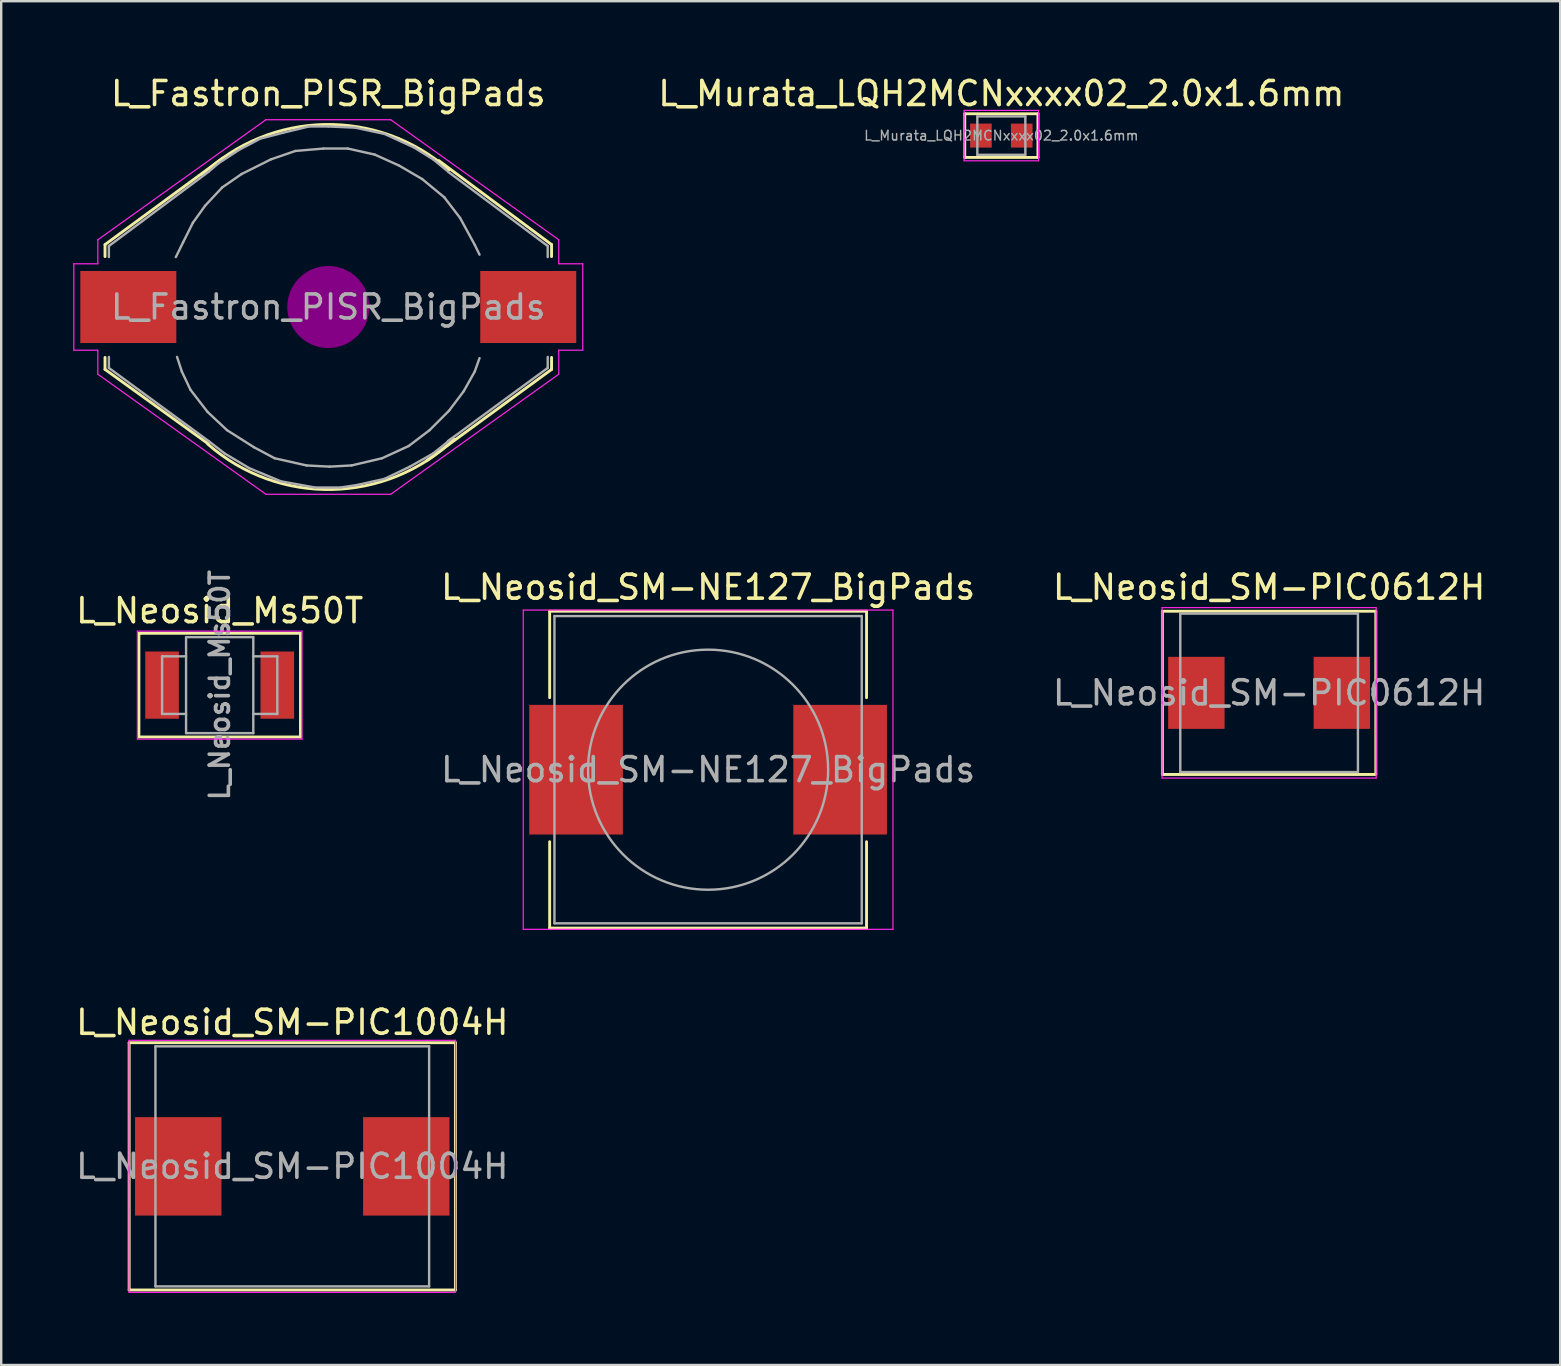
<source format=kicad_pcb>
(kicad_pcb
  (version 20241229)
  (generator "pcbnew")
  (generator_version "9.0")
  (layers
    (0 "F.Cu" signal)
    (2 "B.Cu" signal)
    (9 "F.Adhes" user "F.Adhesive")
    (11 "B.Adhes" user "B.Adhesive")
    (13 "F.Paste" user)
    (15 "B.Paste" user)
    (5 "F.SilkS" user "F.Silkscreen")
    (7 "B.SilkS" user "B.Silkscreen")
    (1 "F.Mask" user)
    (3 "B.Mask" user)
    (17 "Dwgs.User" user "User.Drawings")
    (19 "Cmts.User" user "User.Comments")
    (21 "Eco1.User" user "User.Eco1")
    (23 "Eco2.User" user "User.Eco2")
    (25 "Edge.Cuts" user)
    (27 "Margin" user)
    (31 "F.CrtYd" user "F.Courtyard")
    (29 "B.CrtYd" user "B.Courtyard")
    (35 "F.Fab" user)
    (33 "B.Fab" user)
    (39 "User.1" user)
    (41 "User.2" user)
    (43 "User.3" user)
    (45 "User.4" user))
  (footprint "L_Murata_LQH2MCNxxxx02_2.0x1.6mm"
    (layer "F.Cu")
    (at 38.661 2.598)
    (property "Reference" "L_Murata_LQH2MCNxxxx02_2.0x1.6mm" (at 0 -1.75 0) (layer "F.SilkS") (effects (font (size 1 1) (thickness 0.15))))
    (attr smd)
    (fp_line (start -1.524 -0.91) (end -1.524 0.91) (stroke (width 0.12) (type solid)) (layer "F.SilkS"))
    (fp_line (start -1.524 -0.91) (end 1.524 -0.91) (stroke (width 0.12) (type solid)) (layer "F.SilkS"))
    (fp_line (start 1.524 -0.91) (end 1.524 0.91) (stroke (width 0.12) (type solid)) (layer "F.SilkS"))
    (fp_line (start 1.524 0.91) (end -1.524 0.91) (stroke (width 0.12) (type solid)) (layer "F.SilkS"))
    (fp_line (start -1.55 -1.05) (end 1.55 -1.05) (stroke (width 0.05) (type solid)) (layer "F.CrtYd"))
    (fp_line (start -1.55 1.05) (end -1.55 -1.05) (stroke (width 0.05) (type solid)) (layer "F.CrtYd"))
    (fp_line (start 1.55 -1.05) (end 1.55 1.05) (stroke (width 0.05) (type solid)) (layer "F.CrtYd"))
    (fp_line (start 1.55 1.05) (end -1.55 1.05) (stroke (width 0.05) (type solid)) (layer "F.CrtYd"))
    (fp_line (start -1 -0.8) (end 1 -0.8) (stroke (width 0.1) (type solid)) (layer "F.Fab"))
    (fp_line (start -1 0.8) (end -1 -0.8) (stroke (width 0.1) (type solid)) (layer "F.Fab"))
    (fp_line (start 1 -0.8) (end 1 0.8) (stroke (width 0.1) (type solid)) (layer "F.Fab"))
    (fp_line (start 1 0.8) (end -1 0.8) (stroke (width 0.1) (type solid)) (layer "F.Fab"))
    (fp_text user "${REFERENCE}" (at 0 0 0) (layer "F.Fab") (effects (font (size 0.4 0.4) (thickness 0.06))))
    (pad "1" smd rect (at -0.85 0) (size 0.9 1) (layers "F.Cu" "F.Mask" "F.Paste"))
    (pad "2" smd rect (at 0.85 0) (size 0.9 1) (layers "F.Cu" "F.Mask" "F.Paste")))
  (footprint "L_Fastron_PISR_BigPads"
    (layer "F.Cu")
    (at 10.625 9.738)
    (property "Reference" "L_Fastron_PISR_BigPads" (at 0 -8.89 0) (layer "F.SilkS") (effects (font (size 1 1) (thickness 0.15))))
    (attr smd)
    (fp_line (start -9.3 -2.6) (end -9.3 -2.1) (stroke (width 0.12) (type solid)) (layer "F.SilkS"))
    (fp_line (start -9.3 -2.6) (end -4.4 -6.2) (stroke (width 0.12) (type solid)) (layer "F.SilkS"))
    (fp_line (start -9.3 2.6) (end -9.3 2.1) (stroke (width 0.12) (type solid)) (layer "F.SilkS"))
    (fp_line (start -5 5.7) (end -9.3 2.6) (stroke (width 0.12) (type solid)) (layer "F.SilkS"))
    (fp_line (start 4.1 6.4) (end 9.3 2.6) (stroke (width 0.12) (type solid)) (layer "F.SilkS"))
    (fp_line (start 4.6 -6.1) (end 9.3 -2.6) (stroke (width 0.12) (type solid)) (layer "F.SilkS"))
    (fp_line (start 9.3 -2.6) (end 9.3 -2.1) (stroke (width 0.12) (type solid)) (layer "F.SilkS"))
    (fp_line (start 9.3 2.6) (end 9.3 2.1) (stroke (width 0.12) (type solid)) (layer "F.SilkS"))
    (fp_arc (start -5.25 -5.5) (mid -0.15496 -7.601874) (end 5.021503 -5.709379) (stroke (width 0.12) (type solid)) (layer "F.SilkS"))
    (fp_arc (start 5.25 5.5) (mid 0.15496 7.601874) (end -5.021503 5.709379) (stroke (width 0.12) (type solid)) (layer "F.SilkS"))
    (fp_line (start 0 -0.25) (end 0 0.25) (stroke (width 0.38) (type solid)) (layer "F.Adhes"))
    (fp_circle (center 0 0) (end 0 0.25) (stroke (width 0.38) (type solid)) (fill no) (layer "F.Adhes"))
    (fp_circle (center 0 0) (end 0 0.51) (stroke (width 0.38) (type solid)) (fill no) (layer "F.Adhes"))
    (fp_circle (center 0 0) (end 0 0.76) (stroke (width 0.38) (type solid)) (fill no) (layer "F.Adhes"))
    (fp_circle (center 0 0) (end 0 1.02) (stroke (width 0.38) (type solid)) (fill no) (layer "F.Adhes"))
    (fp_circle (center 0 0) (end 0 1.27) (stroke (width 0.38) (type solid)) (fill no) (layer "F.Adhes"))
    (fp_circle (center 0 0) (end 0 1.52) (stroke (width 0.38) (type solid)) (fill no) (layer "F.Adhes"))
    (fp_line (start -10.6 -1.8) (end -9.6 -1.8) (stroke (width 0.05) (type solid)) (layer "F.CrtYd"))
    (fp_line (start -10.6 1.8) (end -10.6 -1.8) (stroke (width 0.05) (type solid)) (layer "F.CrtYd"))
    (fp_line (start -9.6 -2.8) (end -2.6 -7.8) (stroke (width 0.05) (type solid)) (layer "F.CrtYd"))
    (fp_line (start -9.6 -1.8) (end -9.6 -2.8) (stroke (width 0.05) (type solid)) (layer "F.CrtYd"))
    (fp_line (start -9.6 1.8) (end -10.6 1.8) (stroke (width 0.05) (type solid)) (layer "F.CrtYd"))
    (fp_line (start -9.6 2.8) (end -9.6 1.8) (stroke (width 0.05) (type solid)) (layer "F.CrtYd"))
    (fp_line (start -2.6 -7.8) (end 2.6 -7.8) (stroke (width 0.05) (type solid)) (layer "F.CrtYd"))
    (fp_line (start -2.6 7.8) (end -9.6 2.8) (stroke (width 0.05) (type solid)) (layer "F.CrtYd"))
    (fp_line (start 2.6 -7.8) (end 9.6 -2.8) (stroke (width 0.05) (type solid)) (layer "F.CrtYd"))
    (fp_line (start 2.6 7.8) (end -2.6 7.8) (stroke (width 0.05) (type solid)) (layer "F.CrtYd"))
    (fp_line (start 9.6 -2.8) (end 9.6 -1.8) (stroke (width 0.05) (type solid)) (layer "F.CrtYd"))
    (fp_line (start 9.6 -1.8) (end 10.6 -1.8) (stroke (width 0.05) (type solid)) (layer "F.CrtYd"))
    (fp_line (start 9.6 1.8) (end 9.6 2.8) (stroke (width 0.05) (type solid)) (layer "F.CrtYd"))
    (fp_line (start 9.6 2.8) (end 2.6 7.8) (stroke (width 0.05) (type solid)) (layer "F.CrtYd"))
    (fp_line (start 10.6 -1.8) (end 10.6 1.8) (stroke (width 0.05) (type solid)) (layer "F.CrtYd"))
    (fp_line (start 10.6 1.8) (end 9.6 1.8) (stroke (width 0.05) (type solid)) (layer "F.CrtYd"))
    (fp_line (start -9.14 -2.54) (end -4.98 -5.64) (stroke (width 0.1) (type solid)) (layer "F.Fab"))
    (fp_line (start -9.14 -2.08) (end -9.14 -2.54) (stroke (width 0.1) (type solid)) (layer "F.Fab"))
    (fp_line (start -9.14 2.08) (end -9.14 2.54) (stroke (width 0.1) (type solid)) (layer "F.Fab"))
    (fp_line (start -9.14 2.54) (end -4.98 5.59) (stroke (width 0.1) (type solid)) (layer "F.Fab"))
    (fp_line (start -6.35 -2.08) (end -6.05 -2.69) (stroke (width 0.1) (type solid)) (layer "F.Fab"))
    (fp_line (start -6.3 2.08) (end -6.1 2.69) (stroke (width 0.1) (type solid)) (layer "F.Fab"))
    (fp_line (start -6.1 2.69) (end -5.74 3.45) (stroke (width 0.1) (type solid)) (layer "F.Fab"))
    (fp_line (start -6.05 -2.69) (end -5.64 -3.51) (stroke (width 0.1) (type solid)) (layer "F.Fab"))
    (fp_line (start -5.74 3.45) (end -5.03 4.37) (stroke (width 0.1) (type solid)) (layer "F.Fab"))
    (fp_line (start -5.64 -3.51) (end -5.13 -4.22) (stroke (width 0.1) (type solid)) (layer "F.Fab"))
    (fp_line (start -5.13 -4.22) (end -4.42 -4.98) (stroke (width 0.1) (type solid)) (layer "F.Fab"))
    (fp_line (start -5.03 4.37) (end -4.22 5.13) (stroke (width 0.1) (type solid)) (layer "F.Fab"))
    (fp_line (start -4.98 -5.64) (end -4.57 -5.99) (stroke (width 0.1) (type solid)) (layer "F.Fab"))
    (fp_line (start -4.98 5.59) (end -4.32 6.1) (stroke (width 0.1) (type solid)) (layer "F.Fab"))
    (fp_line (start -4.57 -5.99) (end -3.71 -6.55) (stroke (width 0.1) (type solid)) (layer "F.Fab"))
    (fp_line (start -4.42 -4.98) (end -3.61 -5.54) (stroke (width 0.1) (type solid)) (layer "F.Fab"))
    (fp_line (start -4.32 6.1) (end -3.3 6.71) (stroke (width 0.1) (type solid)) (layer "F.Fab"))
    (fp_line (start -4.22 5.13) (end -3.1 5.84) (stroke (width 0.1) (type solid)) (layer "F.Fab"))
    (fp_line (start -3.71 -6.55) (end -2.84 -7.01) (stroke (width 0.1) (type solid)) (layer "F.Fab"))
    (fp_line (start -3.61 -5.54) (end -2.39 -6.15) (stroke (width 0.1) (type solid)) (layer "F.Fab"))
    (fp_line (start -3.3 6.71) (end -1.98 7.26) (stroke (width 0.1) (type solid)) (layer "F.Fab"))
    (fp_line (start -3.1 5.84) (end -2.24 6.3) (stroke (width 0.1) (type solid)) (layer "F.Fab"))
    (fp_line (start -2.84 -7.01) (end -1.88 -7.26) (stroke (width 0.1) (type solid)) (layer "F.Fab"))
    (fp_line (start -2.39 -6.15) (end -1.37 -6.5) (stroke (width 0.1) (type solid)) (layer "F.Fab"))
    (fp_line (start -2.24 6.3) (end -0.91 6.6) (stroke (width 0.1) (type solid)) (layer "F.Fab"))
    (fp_line (start -1.98 7.26) (end -0.56 7.52) (stroke (width 0.1) (type solid)) (layer "F.Fab"))
    (fp_line (start -1.88 -7.26) (end -0.81 -7.52) (stroke (width 0.1) (type solid)) (layer "F.Fab"))
    (fp_line (start -1.37 -6.5) (end -0.2 -6.6) (stroke (width 0.1) (type solid)) (layer "F.Fab"))
    (fp_line (start -0.91 6.6) (end 0.05 6.65) (stroke (width 0.1) (type solid)) (layer "F.Fab"))
    (fp_line (start -0.81 -7.52) (end 0 -7.52) (stroke (width 0.1) (type solid)) (layer "F.Fab"))
    (fp_line (start -0.56 7.52) (end 0.51 7.52) (stroke (width 0.1) (type solid)) (layer "F.Fab"))
    (fp_line (start -0.2 -6.6) (end 0.81 -6.6) (stroke (width 0.1) (type solid)) (layer "F.Fab"))
    (fp_line (start 0 -7.52) (end 1.12 -7.47) (stroke (width 0.1) (type solid)) (layer "F.Fab"))
    (fp_line (start 0.05 6.65) (end 0.97 6.6) (stroke (width 0.1) (type solid)) (layer "F.Fab"))
    (fp_line (start 0.51 7.52) (end 1.17 7.42) (stroke (width 0.1) (type solid)) (layer "F.Fab"))
    (fp_line (start 0.81 -6.6) (end 1.93 -6.35) (stroke (width 0.1) (type solid)) (layer "F.Fab"))
    (fp_line (start 0.97 6.6) (end 2.24 6.3) (stroke (width 0.1) (type solid)) (layer "F.Fab"))
    (fp_line (start 1.12 -7.47) (end 2.34 -7.21) (stroke (width 0.1) (type solid)) (layer "F.Fab"))
    (fp_line (start 1.17 7.42) (end 2.34 7.16) (stroke (width 0.1) (type solid)) (layer "F.Fab"))
    (fp_line (start 1.93 -6.35) (end 2.95 -5.89) (stroke (width 0.1) (type solid)) (layer "F.Fab"))
    (fp_line (start 2.24 6.3) (end 3.35 5.79) (stroke (width 0.1) (type solid)) (layer "F.Fab"))
    (fp_line (start 2.34 -7.21) (end 3.56 -6.65) (stroke (width 0.1) (type solid)) (layer "F.Fab"))
    (fp_line (start 2.34 7.16) (end 3.4 6.65) (stroke (width 0.1) (type solid)) (layer "F.Fab"))
    (fp_line (start 2.95 -5.89) (end 3.91 -5.33) (stroke (width 0.1) (type solid)) (layer "F.Fab"))
    (fp_line (start 3.35 5.79) (end 4.22 5.13) (stroke (width 0.1) (type solid)) (layer "F.Fab"))
    (fp_line (start 3.4 6.65) (end 4.37 6.1) (stroke (width 0.1) (type solid)) (layer "F.Fab"))
    (fp_line (start 3.56 -6.65) (end 4.37 -6.15) (stroke (width 0.1) (type solid)) (layer "F.Fab"))
    (fp_line (start 3.91 -5.33) (end 4.83 -4.57) (stroke (width 0.1) (type solid)) (layer "F.Fab"))
    (fp_line (start 4.22 5.13) (end 5.03 4.32) (stroke (width 0.1) (type solid)) (layer "F.Fab"))
    (fp_line (start 4.37 -6.15) (end 4.93 -5.69) (stroke (width 0.1) (type solid)) (layer "F.Fab"))
    (fp_line (start 4.37 6.1) (end 5.13 5.49) (stroke (width 0.1) (type solid)) (layer "F.Fab"))
    (fp_line (start 4.83 -4.57) (end 5.49 -3.71) (stroke (width 0.1) (type solid)) (layer "F.Fab"))
    (fp_line (start 5.03 4.32) (end 5.64 3.51) (stroke (width 0.1) (type solid)) (layer "F.Fab"))
    (fp_line (start 5.49 -3.71) (end 6.1 -2.59) (stroke (width 0.1) (type solid)) (layer "F.Fab"))
    (fp_line (start 5.64 3.51) (end 6.1 2.69) (stroke (width 0.1) (type solid)) (layer "F.Fab"))
    (fp_line (start 6.1 -2.59) (end 6.3 -2.18) (stroke (width 0.1) (type solid)) (layer "F.Fab"))
    (fp_line (start 6.1 2.69) (end 6.3 2.13) (stroke (width 0.1) (type solid)) (layer "F.Fab"))
    (fp_line (start 9.14 -2.54) (end 4.98 -5.64) (stroke (width 0.1) (type solid)) (layer "F.Fab"))
    (fp_line (start 9.14 -2.08) (end 9.14 -2.54) (stroke (width 0.1) (type solid)) (layer "F.Fab"))
    (fp_line (start 9.14 2.08) (end 9.14 2.54) (stroke (width 0.1) (type solid)) (layer "F.Fab"))
    (fp_line (start 9.14 2.54) (end 4.98 5.59) (stroke (width 0.1) (type solid)) (layer "F.Fab"))
    (fp_text user "${REFERENCE}" (at 0 0 0) (layer "F.Fab") (effects (font (size 1 1) (thickness 0.15))))
    (pad "1" smd rect (at 8.33 0) (size 4 3) (layers "F.Cu" "F.Mask" "F.Paste"))
    (pad "2" smd rect (at -8.33 0) (size 4 3) (layers "F.Cu" "F.Mask" "F.Paste")))
  (footprint "L_Neosid_Ms50T"
    (layer "F.Cu")
    (at 6.101 25.489)
    (property "Reference" "L_Neosid_Ms50T" (at 0 -3.1 0) (layer "F.SilkS") (effects (font (size 1 1) (thickness 0.15))))
    (attr smd)
    (fp_line (start -3.365 -2.159) (end -3.302 -2.159) (stroke (width 0.12) (type solid)) (layer "F.SilkS"))
    (fp_line (start -3.365 2.159) (end -3.365 -2.159) (stroke (width 0.12) (type solid)) (layer "F.SilkS"))
    (fp_line (start -3.302 -2.159) (end 3.365 -2.159) (stroke (width 0.12) (type solid)) (layer "F.SilkS"))
    (fp_line (start 3.365 -2.159) (end 3.365 2.159) (stroke (width 0.12) (type solid)) (layer "F.SilkS"))
    (fp_line (start 3.365 2.159) (end -3.365 2.159) (stroke (width 0.12) (type solid)) (layer "F.SilkS"))
    (fp_line (start -3.429 -2.25) (end -3.429 2.25) (stroke (width 0.05) (type solid)) (layer "F.CrtYd"))
    (fp_line (start -3.429 -2.25) (end 3.429 -2.25) (stroke (width 0.05) (type solid)) (layer "F.CrtYd"))
    (fp_line (start 3.429 2.25) (end -3.429 2.25) (stroke (width 0.05) (type solid)) (layer "F.CrtYd"))
    (fp_line (start 3.429 2.25) (end 3.429 -2.25) (stroke (width 0.05) (type solid)) (layer "F.CrtYd"))
    (fp_line (start -2.4 -1.2) (end -2.4 1.2) (stroke (width 0.1) (type solid)) (layer "F.Fab"))
    (fp_line (start -2.4 -1.2) (end -1.4 -1.2) (stroke (width 0.1) (type solid)) (layer "F.Fab"))
    (fp_line (start -2.4 1.2) (end -1.4 1.2) (stroke (width 0.1) (type solid)) (layer "F.Fab"))
    (fp_line (start -1.4 -2) (end -1.4 2) (stroke (width 0.1) (type solid)) (layer "F.Fab"))
    (fp_line (start -1.4 2) (end 1.4 2) (stroke (width 0.1) (type solid)) (layer "F.Fab"))
    (fp_line (start 1.4 -2) (end -1.4 -2) (stroke (width 0.1) (type solid)) (layer "F.Fab"))
    (fp_line (start 1.4 1.2) (end 2.4 1.2) (stroke (width 0.1) (type solid)) (layer "F.Fab"))
    (fp_line (start 1.4 2) (end 1.4 -2) (stroke (width 0.1) (type solid)) (layer "F.Fab"))
    (fp_line (start 2.4 -1.2) (end 1.4 -1.2) (stroke (width 0.1) (type solid)) (layer "F.Fab"))
    (fp_line (start 2.4 1.2) (end 2.4 -1.2) (stroke (width 0.1) (type solid)) (layer "F.Fab"))
    (fp_text user "${REFERENCE}" (at 0 0 90) (layer "F.Fab") (effects (font (size 0.8 0.8) (thickness 0.15))))
    (pad "1" smd rect (at -2.4 0) (size 1.4 2.8) (layers "F.Cu" "F.Mask" "F.Paste"))
    (pad "2" smd rect (at 2.4 0) (size 1.4 2.8) (layers "F.Cu" "F.Mask" "F.Paste")))
  (footprint "L_Neosid_SM-PIC0612H"
    (layer "F.Cu")
    (at 49.815 25.811)
    (property "Reference" "L_Neosid_SM-PIC0612H" (at 0 -4.4 0) (layer "F.SilkS") (effects (font (size 1 1) (thickness 0.15))))
    (attr smd)
    (fp_line (start -4.445 -3.4) (end -4.445 3.4) (stroke (width 0.12) (type solid)) (layer "F.SilkS"))
    (fp_line (start -4.445 3.4) (end 4.445 3.4) (stroke (width 0.12) (type solid)) (layer "F.SilkS"))
    (fp_line (start 4.445 -3.4) (end -4.445 -3.4) (stroke (width 0.12) (type solid)) (layer "F.SilkS"))
    (fp_line (start 4.445 -3.4) (end 4.445 3.4) (stroke (width 0.12) (type solid)) (layer "F.SilkS"))
    (fp_line (start -4.46 -3.55) (end -4.46 3.55) (stroke (width 0.05) (type solid)) (layer "F.CrtYd"))
    (fp_line (start -4.46 -3.55) (end 4.46 -3.55) (stroke (width 0.05) (type solid)) (layer "F.CrtYd"))
    (fp_line (start 4.46 3.55) (end -4.46 3.55) (stroke (width 0.05) (type solid)) (layer "F.CrtYd"))
    (fp_line (start 4.46 3.55) (end 4.46 -3.55) (stroke (width 0.05) (type solid)) (layer "F.CrtYd"))
    (fp_line (start -3.7 -3.3) (end 3.7 -3.3) (stroke (width 0.1) (type solid)) (layer "F.Fab"))
    (fp_line (start -3.7 3.3) (end -3.7 -3.3) (stroke (width 0.1) (type solid)) (layer "F.Fab"))
    (fp_line (start 3.7 -3.3) (end 3.7 3.3) (stroke (width 0.1) (type solid)) (layer "F.Fab"))
    (fp_line (start 3.7 3.3) (end -3.7 3.3) (stroke (width 0.1) (type solid)) (layer "F.Fab"))
    (fp_text user "${REFERENCE}" (at 0 0 0) (layer "F.Fab") (effects (font (size 1 1) (thickness 0.15))))
    (pad "1" smd rect (at -3.03 0) (size 2.35 3) (layers "F.Cu" "F.Mask" "F.Paste"))
    (pad "2" smd rect (at 3.03 0) (size 2.35 3) (layers "F.Cu" "F.Mask" "F.Paste")))
  (footprint "L_Neosid_SM-PIC1004H"
    (layer "F.Cu")
    (at 9.125 45.535)
    (property "Reference" "L_Neosid_SM-PIC1004H" (at 0 -6 0) (layer "F.SilkS") (effects (font (size 1 1) (thickness 0.15))))
    (attr smd)
    (fp_line (start -6.795 -5.15) (end -6.795 5.15) (stroke (width 0.12) (type solid)) (layer "F.SilkS"))
    (fp_line (start -6.795 5.15) (end 6.795 5.15) (stroke (width 0.12) (type solid)) (layer "F.SilkS"))
    (fp_line (start 6.795 -5.15) (end -6.795 -5.15) (stroke (width 0.12) (type solid)) (layer "F.SilkS"))
    (fp_line (start 6.795 -5.15) (end 6.795 5.15) (stroke (width 0.12) (type solid)) (layer "F.SilkS"))
    (fp_line (start -6.8 -5.25) (end -6.8 5.25) (stroke (width 0.05) (type solid)) (layer "F.CrtYd"))
    (fp_line (start -6.8 -5.25) (end 6.8 -5.25) (stroke (width 0.05) (type solid)) (layer "F.CrtYd"))
    (fp_line (start 6.8 5.25) (end -6.8 5.25) (stroke (width 0.05) (type solid)) (layer "F.CrtYd"))
    (fp_line (start 6.8 5.25) (end 6.8 -5.25) (stroke (width 0.05) (type solid)) (layer "F.CrtYd"))
    (fp_line (start -5.7 -5) (end 5.7 -5) (stroke (width 0.1) (type solid)) (layer "F.Fab"))
    (fp_line (start -5.7 5) (end -5.7 -5) (stroke (width 0.1) (type solid)) (layer "F.Fab"))
    (fp_line (start 5.7 -5) (end 5.7 5) (stroke (width 0.1) (type solid)) (layer "F.Fab"))
    (fp_line (start 5.7 5) (end -5.7 5) (stroke (width 0.1) (type solid)) (layer "F.Fab"))
    (fp_text user "${REFERENCE}" (at 0 0 0) (layer "F.Fab") (effects (font (size 1 1) (thickness 0.15))))
    (pad "1" smd rect (at -4.75 0) (size 3.6 4.1) (layers "F.Cu" "F.Mask" "F.Paste"))
    (pad "2" smd rect (at 4.75 0) (size 3.6 4.1) (layers "F.Cu" "F.Mask" "F.Paste")))
  (footprint "L_Neosid_SM-NE127_BigPads"
    (layer "F.Cu")
    (at 26.446 29.012)
    (property "Reference" "L_Neosid_SM-NE127_BigPads" (at 0 -7.6 0) (layer "F.SilkS") (effects (font (size 1 1) (thickness 0.15))))
    (attr smd)
    (fp_line (start -6.6 -6.6) (end 6.6 -6.6) (stroke (width 0.12) (type solid)) (layer "F.SilkS"))
    (fp_line (start -6.6 -3) (end -6.6 -6.6) (stroke (width 0.12) (type solid)) (layer "F.SilkS"))
    (fp_line (start -6.6 6.6) (end -6.6 3) (stroke (width 0.12) (type solid)) (layer "F.SilkS"))
    (fp_line (start 6.6 -6.6) (end 6.6 -3) (stroke (width 0.12) (type solid)) (layer "F.SilkS"))
    (fp_line (start 6.6 3) (end 6.6 6.6) (stroke (width 0.12) (type solid)) (layer "F.SilkS"))
    (fp_line (start 6.6 6.6) (end -6.6 6.6) (stroke (width 0.12) (type solid)) (layer "F.SilkS"))
    (fp_line (start -7.7 -6.65) (end -7.7 6.65) (stroke (width 0.05) (type solid)) (layer "F.CrtYd"))
    (fp_line (start -7.7 -6.65) (end 7.7 -6.65) (stroke (width 0.05) (type solid)) (layer "F.CrtYd"))
    (fp_line (start 7.7 6.65) (end -7.7 6.65) (stroke (width 0.05) (type solid)) (layer "F.CrtYd"))
    (fp_line (start 7.7 6.65) (end 7.7 -6.65) (stroke (width 0.05) (type solid)) (layer "F.CrtYd"))
    (fp_line (start -6.4 -6.4) (end 6.4 -6.4) (stroke (width 0.1) (type solid)) (layer "F.Fab"))
    (fp_line (start -6.4 6.4) (end -6.4 -6.4) (stroke (width 0.1) (type solid)) (layer "F.Fab"))
    (fp_line (start 6.4 -6.4) (end 6.4 6.4) (stroke (width 0.1) (type solid)) (layer "F.Fab"))
    (fp_line (start 6.4 6.4) (end -6.4 6.4) (stroke (width 0.1) (type solid)) (layer "F.Fab"))
    (fp_circle (center 0 0) (end 5 0) (stroke (width 0.1) (type solid)) (fill no) (layer "F.Fab"))
    (fp_text user "${REFERENCE}" (at 0 0 0) (layer "F.Fab") (effects (font (size 1 1) (thickness 0.15))))
    (pad "1" smd rect (at -5.5 0) (size 3.9 5.4) (layers "F.Cu" "F.Mask" "F.Paste"))
    (pad "2" smd rect (at 5.5 0) (size 3.9 5.4) (layers "F.Cu" "F.Mask" "F.Paste")))
  (gr_rect
    (start -3 -3)
    (end 61.94 53.81)
    (stroke (width 0.1) (type default))
    (fill no)
    (layer "Edge.Cuts")))
</source>
